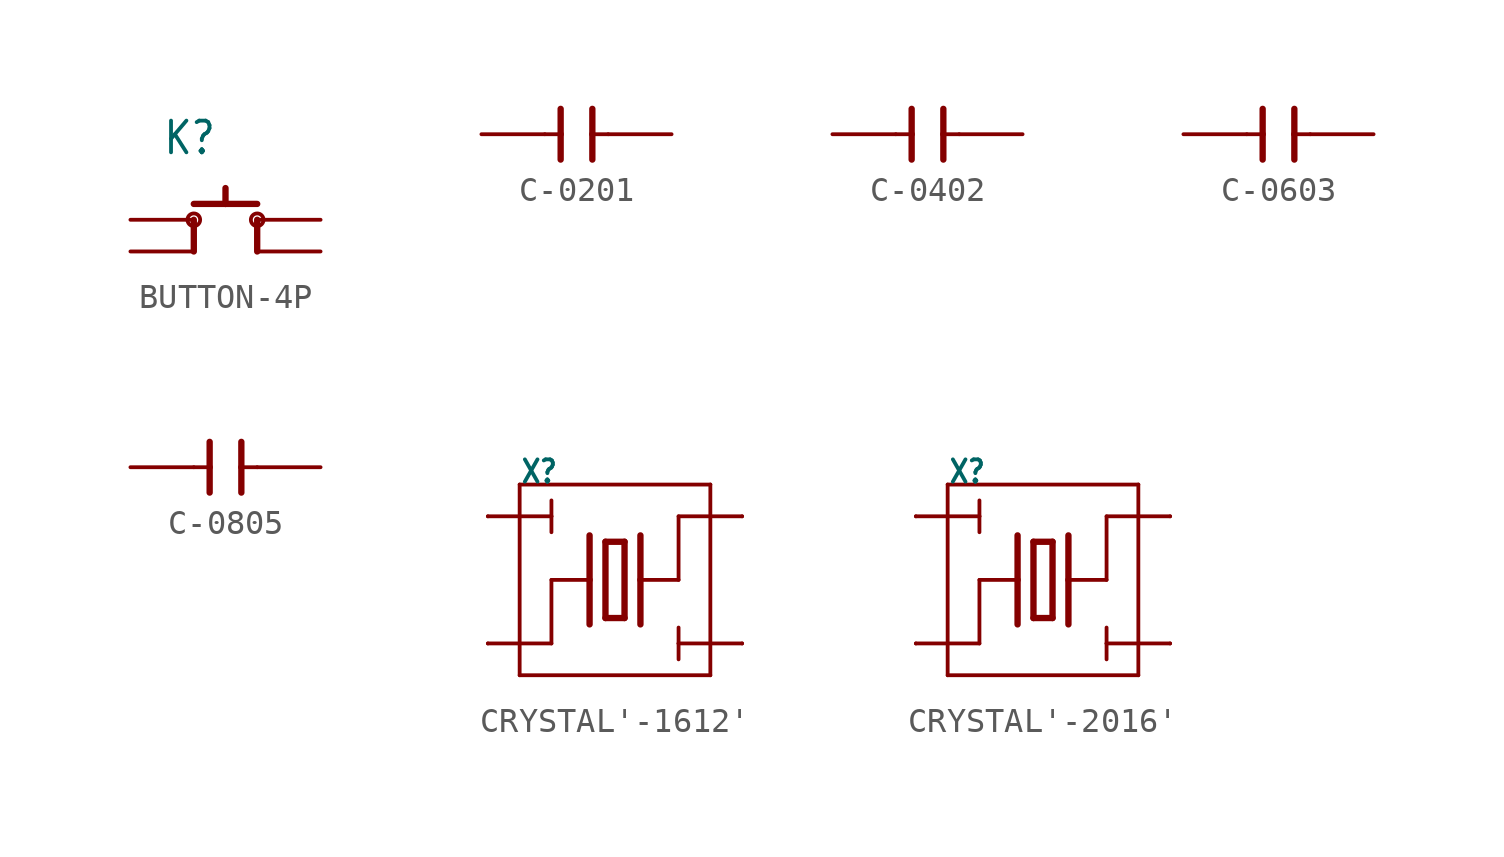
<source format=kicad_sym>
(kicad_symbol_lib
  (version 20231120)
  (generator "kicad_symbol_editor")
  (generator_version "8.0")
  (symbol "BUTTON-4P"
    (property "Reference" "K"
      (at -2.54 2.54 0)
      (effects (font (size 1.27 1.079)) (justify left bottom)))
    (property "Value" ""
      (at -2.54 1.27 0)
      (effects (font (size 1.27 1.079)) (justify left bottom)))
    (property "ki_locked" ""
      (at 0 0 0)
      (effects (font (size 1.27 1.27))))
    (symbol "BUTTON-4P_1_0"
      (circle (center -1.27 0) (radius 0.254) (stroke (width 0) (type solid)) (fill (type none)))
      (polyline (pts (xy -1.27 -1.27) (xy -1.27 0)) (stroke (width 0.254) (type solid)) (fill (type none)))
      (polyline (pts (xy -1.27 0.635) (xy 0 0.635)) (stroke (width 0.254) (type solid)) (fill (type none)))
      (polyline (pts (xy 0 0.635) (xy 0 1.27)) (stroke (width 0.254) (type solid)) (fill (type none)))
      (polyline (pts (xy 0 0.635) (xy 1.27 0.635)) (stroke (width 0.254) (type solid)) (fill (type none)))
      (polyline (pts (xy 1.27 0) (xy 1.27 -1.27)) (stroke (width 0.254) (type solid)) (fill (type none)))
      (circle (center 1.27 0) (radius 0.254) (stroke (width 0) (type solid)) (fill (type none)))
      (pin bidirectional line (at -3.81 0 0) (length 2.54) (name "A0" (effects (font (size 0 0)))) (number "1" (effects (font (size 0 0)))))
      (pin bidirectional line (at 3.81 0 180) (length 2.54) (name "B0" (effects (font (size 0 0)))) (number "2" (effects (font (size 0 0)))))
      (pin bidirectional line (at -3.81 -1.27 0) (length 2.54) (name "A1" (effects (font (size 0 0)))) (number "3" (effects (font (size 0 0)))))
      (pin bidirectional line (at 3.81 -1.27 180) (length 2.54) (name "B1" (effects (font (size 0 0)))) (number "4" (effects (font (size 0 0)))))))
  (symbol "C-0201"
    (property "Reference" "C"
      (at -2.54 0 0)
      (effects (font (size 0.635 0.54)) (justify left bottom) (hide yes)))
    (property "ki_locked" ""
      (at 0 0 0)
      (effects (font (size 1.27 1.27))))
    (symbol "C-0201_1_0"
      (polyline (pts (xy -1.27 0) (xy -0.635 0)) (stroke (width 0.152) (type solid)) (fill (type none)))
      (polyline (pts (xy -0.635 -1.016) (xy -0.635 0)) (stroke (width 0.254) (type solid)) (fill (type none)))
      (polyline (pts (xy -0.635 0) (xy -0.635 1.016)) (stroke (width 0.254) (type solid)) (fill (type none)))
      (polyline (pts (xy 0.635 0) (xy 0.635 -1.016)) (stroke (width 0.254) (type solid)) (fill (type none)))
      (polyline (pts (xy 0.635 0) (xy 1.27 0)) (stroke (width 0.152) (type solid)) (fill (type none)))
      (polyline (pts (xy 0.635 1.016) (xy 0.635 0)) (stroke (width 0.254) (type solid)) (fill (type none)))
      (pin passive line (at -3.81 0 0) (length 2.54) (name "1" (effects (font (size 0 0)))) (number "1" (effects (font (size 0 0)))))
      (pin passive line (at 3.81 0 180) (length 2.54) (name "2" (effects (font (size 0 0)))) (number "2" (effects (font (size 0 0)))))))
  (symbol "C-0402"
    (property "Reference" "C"
      (at -2.54 0 0)
      (effects (font (size 0.635 0.54)) (justify left bottom) (hide yes)))
    (property "ki_locked" ""
      (at 0 0 0)
      (effects (font (size 1.27 1.27))))
    (symbol "C-0402_1_0"
      (polyline (pts (xy -1.27 0) (xy -0.635 0)) (stroke (width 0.152) (type solid)) (fill (type none)))
      (polyline (pts (xy -0.635 -1.016) (xy -0.635 0)) (stroke (width 0.254) (type solid)) (fill (type none)))
      (polyline (pts (xy -0.635 0) (xy -0.635 1.016)) (stroke (width 0.254) (type solid)) (fill (type none)))
      (polyline (pts (xy 0.635 0) (xy 0.635 -1.016)) (stroke (width 0.254) (type solid)) (fill (type none)))
      (polyline (pts (xy 0.635 0) (xy 1.27 0)) (stroke (width 0.152) (type solid)) (fill (type none)))
      (polyline (pts (xy 0.635 1.016) (xy 0.635 0)) (stroke (width 0.254) (type solid)) (fill (type none)))
      (pin passive line (at -3.81 0 0) (length 2.54) (name "1" (effects (font (size 0 0)))) (number "1" (effects (font (size 0 0)))))
      (pin passive line (at 3.81 0 180) (length 2.54) (name "2" (effects (font (size 0 0)))) (number "2" (effects (font (size 0 0)))))))
  (symbol "C-0603"
    (property "Reference" "C"
      (at -2.54 0 0)
      (effects (font (size 0.635 0.54)) (justify left bottom) (hide yes)))
    (property "ki_locked" ""
      (at 0 0 0)
      (effects (font (size 1.27 1.27))))
    (symbol "C-0603_1_0"
      (polyline (pts (xy -1.27 0) (xy -0.635 0)) (stroke (width 0.152) (type solid)) (fill (type none)))
      (polyline (pts (xy -0.635 -1.016) (xy -0.635 0)) (stroke (width 0.254) (type solid)) (fill (type none)))
      (polyline (pts (xy -0.635 0) (xy -0.635 1.016)) (stroke (width 0.254) (type solid)) (fill (type none)))
      (polyline (pts (xy 0.635 0) (xy 0.635 -1.016)) (stroke (width 0.254) (type solid)) (fill (type none)))
      (polyline (pts (xy 0.635 0) (xy 1.27 0)) (stroke (width 0.152) (type solid)) (fill (type none)))
      (polyline (pts (xy 0.635 1.016) (xy 0.635 0)) (stroke (width 0.254) (type solid)) (fill (type none)))
      (pin passive line (at -3.81 0 0) (length 2.54) (name "1" (effects (font (size 0 0)))) (number "1" (effects (font (size 0 0)))))
      (pin passive line (at 3.81 0 180) (length 2.54) (name "2" (effects (font (size 0 0)))) (number "2" (effects (font (size 0 0)))))))
  (symbol "C-0805"
    (property "Reference" "C"
      (at -2.54 0 0)
      (effects (font (size 0.635 0.54)) (justify left bottom) (hide yes)))
    (property "ki_locked" ""
      (at 0 0 0)
      (effects (font (size 1.27 1.27))))
    (symbol "C-0805_1_0"
      (polyline (pts (xy -1.27 0) (xy -0.635 0)) (stroke (width 0.152) (type solid)) (fill (type none)))
      (polyline (pts (xy -0.635 -1.016) (xy -0.635 0)) (stroke (width 0.254) (type solid)) (fill (type none)))
      (polyline (pts (xy -0.635 0) (xy -0.635 1.016)) (stroke (width 0.254) (type solid)) (fill (type none)))
      (polyline (pts (xy 0.635 0) (xy 0.635 -1.016)) (stroke (width 0.254) (type solid)) (fill (type none)))
      (polyline (pts (xy 0.635 0) (xy 1.27 0)) (stroke (width 0.152) (type solid)) (fill (type none)))
      (polyline (pts (xy 0.635 1.016) (xy 0.635 0)) (stroke (width 0.254) (type solid)) (fill (type none)))
      (pin passive line (at -3.81 0 0) (length 2.54) (name "1" (effects (font (size 0 0)))) (number "1" (effects (font (size 0 0)))))
      (pin passive line (at 3.81 0 180) (length 2.54) (name "2" (effects (font (size 0 0)))) (number "2" (effects (font (size 0 0)))))))
  (symbol "CRYSTAL'-1612'"
    (property "Reference" "X"
      (at -3.81 3.81 0)
      (effects (font (size 0.889 0.756)) (justify left bottom)))
    (property "Value" ""
      (at 0 3.81 0)
      (effects (font (size 0.889 0.756)) (justify left bottom)))
    (property "ki_locked" ""
      (at 0 0 0)
      (effects (font (size 1.27 1.27))))
    (symbol "CRYSTAL'-1612'_1_0"
      (polyline (pts (xy -3.81 -3.81) (xy -3.81 -2.54)) (stroke (width 0.152) (type solid)) (fill (type none)))
      (polyline (pts (xy -3.81 -2.54) (xy -5.08 -2.54)) (stroke (width 0.152) (type solid)) (fill (type none)))
      (polyline (pts (xy -3.81 -2.54) (xy -3.81 2.54)) (stroke (width 0.152) (type solid)) (fill (type none)))
      (polyline (pts (xy -3.81 2.54) (xy -5.08 2.54)) (stroke (width 0.152) (type solid)) (fill (type none)))
      (polyline (pts (xy -3.81 2.54) (xy -3.81 3.81)) (stroke (width 0.152) (type solid)) (fill (type none)))
      (polyline (pts (xy -3.81 2.54) (xy -2.54 2.54)) (stroke (width 0.152) (type solid)) (fill (type none)))
      (polyline (pts (xy -3.81 3.81) (xy 3.81 3.81)) (stroke (width 0.152) (type solid)) (fill (type none)))
      (polyline (pts (xy -2.54 -2.54) (xy -3.81 -2.54)) (stroke (width 0.152) (type solid)) (fill (type none)))
      (polyline (pts (xy -2.54 -2.54) (xy -2.54 0)) (stroke (width 0.152) (type solid)) (fill (type none)))
      (polyline (pts (xy -2.54 0) (xy -1.016 0)) (stroke (width 0.152) (type solid)) (fill (type none)))
      (polyline (pts (xy -2.54 2.54) (xy -2.54 1.905)) (stroke (width 0.152) (type solid)) (fill (type none)))
      (polyline (pts (xy -2.54 2.54) (xy -2.54 3.175)) (stroke (width 0.152) (type solid)) (fill (type none)))
      (polyline (pts (xy -1.016 0) (xy -1.016 -1.778)) (stroke (width 0.254) (type solid)) (fill (type none)))
      (polyline (pts (xy -1.016 1.778) (xy -1.016 0)) (stroke (width 0.254) (type solid)) (fill (type none)))
      (polyline (pts (xy -0.381 -1.524) (xy 0.381 -1.524)) (stroke (width 0.254) (type solid)) (fill (type none)))
      (polyline (pts (xy -0.381 1.524) (xy -0.381 -1.524)) (stroke (width 0.254) (type solid)) (fill (type none)))
      (polyline (pts (xy 0.381 -1.524) (xy 0.381 1.524)) (stroke (width 0.254) (type solid)) (fill (type none)))
      (polyline (pts (xy 0.381 1.524) (xy -0.381 1.524)) (stroke (width 0.254) (type solid)) (fill (type none)))
      (polyline (pts (xy 1.016 0) (xy 1.016 -1.778)) (stroke (width 0.254) (type solid)) (fill (type none)))
      (polyline (pts (xy 1.016 0) (xy 2.54 0)) (stroke (width 0.152) (type solid)) (fill (type none)))
      (polyline (pts (xy 1.016 1.778) (xy 1.016 0)) (stroke (width 0.254) (type solid)) (fill (type none)))
      (polyline (pts (xy 2.54 -2.54) (xy 2.54 -3.175)) (stroke (width 0.152) (type solid)) (fill (type none)))
      (polyline (pts (xy 2.54 -2.54) (xy 2.54 -1.905)) (stroke (width 0.152) (type solid)) (fill (type none)))
      (polyline (pts (xy 2.54 0) (xy 2.54 2.54)) (stroke (width 0.152) (type solid)) (fill (type none)))
      (polyline (pts (xy 2.54 2.54) (xy 3.81 2.54)) (stroke (width 0.152) (type solid)) (fill (type none)))
      (polyline (pts (xy 3.81 -3.81) (xy -3.81 -3.81)) (stroke (width 0.152) (type solid)) (fill (type none)))
      (polyline (pts (xy 3.81 -2.54) (xy 2.54 -2.54)) (stroke (width 0.152) (type solid)) (fill (type none)))
      (polyline (pts (xy 3.81 -2.54) (xy 3.81 -3.81)) (stroke (width 0.152) (type solid)) (fill (type none)))
      (polyline (pts (xy 3.81 -2.54) (xy 5.08 -2.54)) (stroke (width 0.152) (type solid)) (fill (type none)))
      (polyline (pts (xy 3.81 2.54) (xy 3.81 -2.54)) (stroke (width 0.152) (type solid)) (fill (type none)))
      (polyline (pts (xy 3.81 2.54) (xy 5.08 2.54)) (stroke (width 0.152) (type solid)) (fill (type none)))
      (polyline (pts (xy 3.81 3.81) (xy 3.81 2.54)) (stroke (width 0.152) (type solid)) (fill (type none)))
      (pin passive line (at -5.08 -2.54 0) (length 0) (name "2" (effects (font (size 0 0)))) (number "1" (effects (font (size 0 0)))))
      (pin bidirectional line (at -5.08 2.54 0) (length 0) (name "1" (effects (font (size 0 0)))) (number "2" (effects (font (size 0 0)))))
      (pin passive line (at 5.08 2.54 180) (length 0) (name "4" (effects (font (size 0 0)))) (number "3" (effects (font (size 0 0)))))
      (pin bidirectional line (at 5.08 -2.54 180) (length 0) (name "3" (effects (font (size 0 0)))) (number "4" (effects (font (size 0 0)))))))
  (symbol "CRYSTAL'-2016'"
    (property "Reference" "X"
      (at -3.81 3.81 0)
      (effects (font (size 0.889 0.756)) (justify left bottom)))
    (property "Value" ""
      (at 0 3.81 0)
      (effects (font (size 0.889 0.756)) (justify left bottom)))
    (property "ki_locked" ""
      (at 0 0 0)
      (effects (font (size 1.27 1.27))))
    (symbol "CRYSTAL'-2016'_1_0"
      (polyline (pts (xy -3.81 -3.81) (xy -3.81 -2.54)) (stroke (width 0.152) (type solid)) (fill (type none)))
      (polyline (pts (xy -3.81 -2.54) (xy -5.08 -2.54)) (stroke (width 0.152) (type solid)) (fill (type none)))
      (polyline (pts (xy -3.81 -2.54) (xy -3.81 2.54)) (stroke (width 0.152) (type solid)) (fill (type none)))
      (polyline (pts (xy -3.81 2.54) (xy -5.08 2.54)) (stroke (width 0.152) (type solid)) (fill (type none)))
      (polyline (pts (xy -3.81 2.54) (xy -3.81 3.81)) (stroke (width 0.152) (type solid)) (fill (type none)))
      (polyline (pts (xy -3.81 2.54) (xy -2.54 2.54)) (stroke (width 0.152) (type solid)) (fill (type none)))
      (polyline (pts (xy -3.81 3.81) (xy 3.81 3.81)) (stroke (width 0.152) (type solid)) (fill (type none)))
      (polyline (pts (xy -2.54 -2.54) (xy -3.81 -2.54)) (stroke (width 0.152) (type solid)) (fill (type none)))
      (polyline (pts (xy -2.54 -2.54) (xy -2.54 0)) (stroke (width 0.152) (type solid)) (fill (type none)))
      (polyline (pts (xy -2.54 0) (xy -1.016 0)) (stroke (width 0.152) (type solid)) (fill (type none)))
      (polyline (pts (xy -2.54 2.54) (xy -2.54 1.905)) (stroke (width 0.152) (type solid)) (fill (type none)))
      (polyline (pts (xy -2.54 2.54) (xy -2.54 3.175)) (stroke (width 0.152) (type solid)) (fill (type none)))
      (polyline (pts (xy -1.016 0) (xy -1.016 -1.778)) (stroke (width 0.254) (type solid)) (fill (type none)))
      (polyline (pts (xy -1.016 1.778) (xy -1.016 0)) (stroke (width 0.254) (type solid)) (fill (type none)))
      (polyline (pts (xy -0.381 -1.524) (xy 0.381 -1.524)) (stroke (width 0.254) (type solid)) (fill (type none)))
      (polyline (pts (xy -0.381 1.524) (xy -0.381 -1.524)) (stroke (width 0.254) (type solid)) (fill (type none)))
      (polyline (pts (xy 0.381 -1.524) (xy 0.381 1.524)) (stroke (width 0.254) (type solid)) (fill (type none)))
      (polyline (pts (xy 0.381 1.524) (xy -0.381 1.524)) (stroke (width 0.254) (type solid)) (fill (type none)))
      (polyline (pts (xy 1.016 0) (xy 1.016 -1.778)) (stroke (width 0.254) (type solid)) (fill (type none)))
      (polyline (pts (xy 1.016 0) (xy 2.54 0)) (stroke (width 0.152) (type solid)) (fill (type none)))
      (polyline (pts (xy 1.016 1.778) (xy 1.016 0)) (stroke (width 0.254) (type solid)) (fill (type none)))
      (polyline (pts (xy 2.54 -2.54) (xy 2.54 -3.175)) (stroke (width 0.152) (type solid)) (fill (type none)))
      (polyline (pts (xy 2.54 -2.54) (xy 2.54 -1.905)) (stroke (width 0.152) (type solid)) (fill (type none)))
      (polyline (pts (xy 2.54 0) (xy 2.54 2.54)) (stroke (width 0.152) (type solid)) (fill (type none)))
      (polyline (pts (xy 2.54 2.54) (xy 3.81 2.54)) (stroke (width 0.152) (type solid)) (fill (type none)))
      (polyline (pts (xy 3.81 -3.81) (xy -3.81 -3.81)) (stroke (width 0.152) (type solid)) (fill (type none)))
      (polyline (pts (xy 3.81 -2.54) (xy 2.54 -2.54)) (stroke (width 0.152) (type solid)) (fill (type none)))
      (polyline (pts (xy 3.81 -2.54) (xy 3.81 -3.81)) (stroke (width 0.152) (type solid)) (fill (type none)))
      (polyline (pts (xy 3.81 -2.54) (xy 5.08 -2.54)) (stroke (width 0.152) (type solid)) (fill (type none)))
      (polyline (pts (xy 3.81 2.54) (xy 3.81 -2.54)) (stroke (width 0.152) (type solid)) (fill (type none)))
      (polyline (pts (xy 3.81 2.54) (xy 5.08 2.54)) (stroke (width 0.152) (type solid)) (fill (type none)))
      (polyline (pts (xy 3.81 3.81) (xy 3.81 2.54)) (stroke (width 0.152) (type solid)) (fill (type none)))
      (pin bidirectional line (at -5.08 2.54 0) (length 0) (name "1" (effects (font (size 0 0)))) (number "1" (effects (font (size 0 0)))))
      (pin passive line (at -5.08 -2.54 0) (length 0) (name "2" (effects (font (size 0 0)))) (number "2" (effects (font (size 0 0)))))
      (pin bidirectional line (at 5.08 -2.54 180) (length 0) (name "3" (effects (font (size 0 0)))) (number "3" (effects (font (size 0 0)))))
      (pin passive line (at 5.08 2.54 180) (length 0) (name "4" (effects (font (size 0 0)))) (number "4" (effects (font (size 0 0))))))))
</source>
